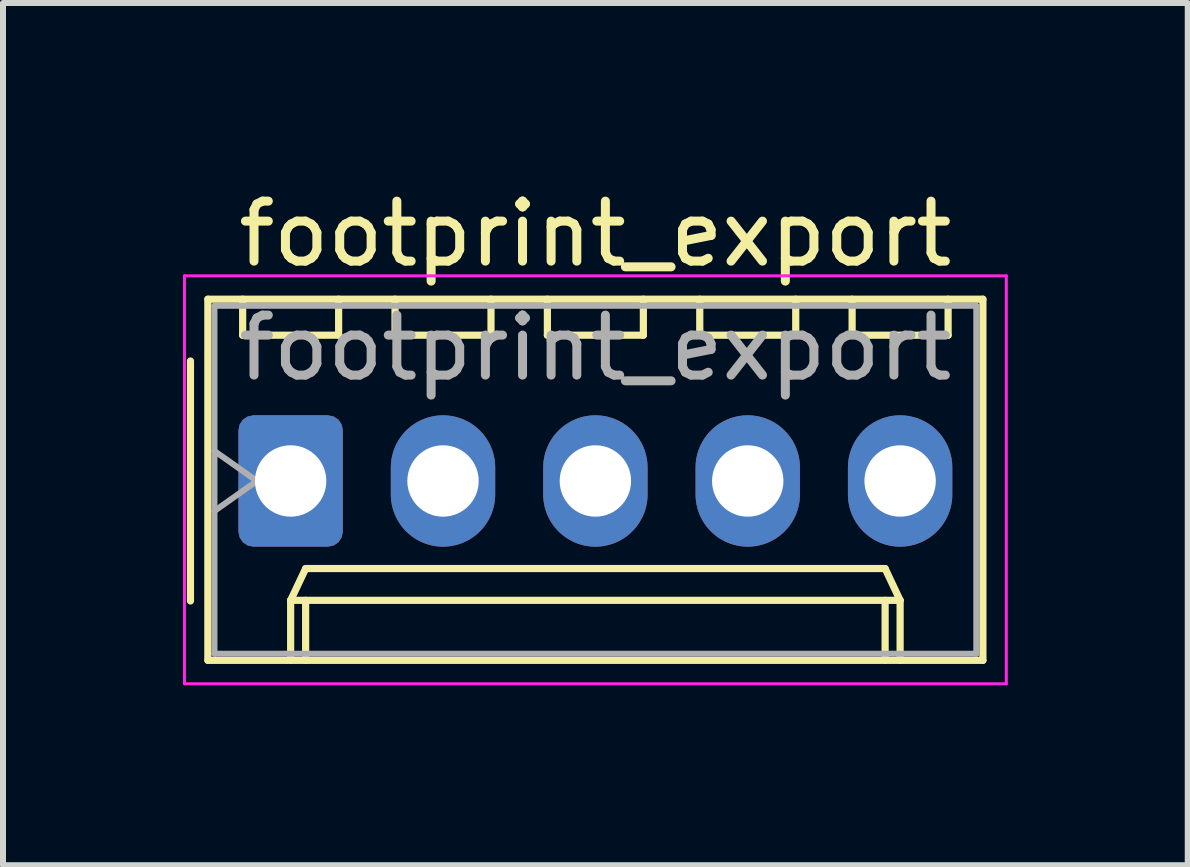
<source format=kicad_pcb>
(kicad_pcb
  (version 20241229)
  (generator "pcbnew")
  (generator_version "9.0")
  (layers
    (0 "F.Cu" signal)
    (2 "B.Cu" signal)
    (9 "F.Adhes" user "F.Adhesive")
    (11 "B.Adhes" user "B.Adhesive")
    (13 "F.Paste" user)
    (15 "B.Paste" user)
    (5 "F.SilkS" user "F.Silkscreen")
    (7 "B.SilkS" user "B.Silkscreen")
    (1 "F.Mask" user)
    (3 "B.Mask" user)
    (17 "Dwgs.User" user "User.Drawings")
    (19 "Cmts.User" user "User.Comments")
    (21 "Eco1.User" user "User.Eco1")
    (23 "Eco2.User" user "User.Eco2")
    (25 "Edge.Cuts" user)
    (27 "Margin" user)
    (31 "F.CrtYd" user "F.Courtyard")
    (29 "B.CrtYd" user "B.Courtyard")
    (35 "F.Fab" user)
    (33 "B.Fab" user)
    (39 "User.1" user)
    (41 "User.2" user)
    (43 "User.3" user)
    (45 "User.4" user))
  (footprint "footprint_export"
    (layer "F.Cu")
    (at 1.795 4.968)
    (property "Reference" "footprint_export" (at 5.08 -4.12 0) (layer "F.SilkS") (effects (font (size 1 1) (thickness 0.15))))
    (attr through_hole)
    (fp_line (start -1.67 -2) (end -1.67 2) (stroke (width 0.12) (type solid)) (layer "F.SilkS"))
    (fp_line (start -1.38 -3.03) (end -1.38 2.99) (stroke (width 0.12) (type solid)) (layer "F.SilkS"))
    (fp_line (start -1.38 2.99) (end 11.54 2.99) (stroke (width 0.12) (type solid)) (layer "F.SilkS"))
    (fp_line (start -0.8 -3.03) (end -0.8 -2.43) (stroke (width 0.12) (type solid)) (layer "F.SilkS"))
    (fp_line (start -0.8 -2.43) (end 0.8 -2.43) (stroke (width 0.12) (type solid)) (layer "F.SilkS"))
    (fp_line (start 0 1.99) (end 0.25 1.46) (stroke (width 0.12) (type solid)) (layer "F.SilkS"))
    (fp_line (start 0 1.99) (end 10.16 1.99) (stroke (width 0.12) (type solid)) (layer "F.SilkS"))
    (fp_line (start 0 2.99) (end 0 1.99) (stroke (width 0.12) (type solid)) (layer "F.SilkS"))
    (fp_line (start 0.25 1.46) (end 9.91 1.46) (stroke (width 0.12) (type solid)) (layer "F.SilkS"))
    (fp_line (start 0.25 2.99) (end 0.25 1.99) (stroke (width 0.12) (type solid)) (layer "F.SilkS"))
    (fp_line (start 0.8 -2.43) (end 0.8 -3.03) (stroke (width 0.12) (type solid)) (layer "F.SilkS"))
    (fp_line (start 1.74 -3.03) (end 1.74 -2.43) (stroke (width 0.12) (type solid)) (layer "F.SilkS"))
    (fp_line (start 1.74 -2.43) (end 3.34 -2.43) (stroke (width 0.12) (type solid)) (layer "F.SilkS"))
    (fp_line (start 3.34 -2.43) (end 3.34 -3.03) (stroke (width 0.12) (type solid)) (layer "F.SilkS"))
    (fp_line (start 4.28 -3.03) (end 4.28 -2.43) (stroke (width 0.12) (type solid)) (layer "F.SilkS"))
    (fp_line (start 4.28 -2.43) (end 5.88 -2.43) (stroke (width 0.12) (type solid)) (layer "F.SilkS"))
    (fp_line (start 5.88 -2.43) (end 5.88 -3.03) (stroke (width 0.12) (type solid)) (layer "F.SilkS"))
    (fp_line (start 6.82 -3.03) (end 6.82 -2.43) (stroke (width 0.12) (type solid)) (layer "F.SilkS"))
    (fp_line (start 6.82 -2.43) (end 8.42 -2.43) (stroke (width 0.12) (type solid)) (layer "F.SilkS"))
    (fp_line (start 8.42 -2.43) (end 8.42 -3.03) (stroke (width 0.12) (type solid)) (layer "F.SilkS"))
    (fp_line (start 9.36 -3.03) (end 9.36 -2.43) (stroke (width 0.12) (type solid)) (layer "F.SilkS"))
    (fp_line (start 9.36 -2.43) (end 10.96 -2.43) (stroke (width 0.12) (type solid)) (layer "F.SilkS"))
    (fp_line (start 9.91 1.46) (end 10.16 1.99) (stroke (width 0.12) (type solid)) (layer "F.SilkS"))
    (fp_line (start 9.91 2.99) (end 9.91 1.99) (stroke (width 0.12) (type solid)) (layer "F.SilkS"))
    (fp_line (start 10.16 1.99) (end 10.16 2.99) (stroke (width 0.12) (type solid)) (layer "F.SilkS"))
    (fp_line (start 10.96 -2.43) (end 10.96 -3.03) (stroke (width 0.12) (type solid)) (layer "F.SilkS"))
    (fp_line (start 11.54 -3.03) (end -1.38 -3.03) (stroke (width 0.12) (type solid)) (layer "F.SilkS"))
    (fp_line (start 11.54 2.99) (end 11.54 -3.03) (stroke (width 0.12) (type solid)) (layer "F.SilkS"))
    (fp_line (start -1.77 -3.42) (end -1.77 3.38) (stroke (width 0.05) (type solid)) (layer "F.CrtYd"))
    (fp_line (start -1.77 3.38) (end 11.93 3.38) (stroke (width 0.05) (type solid)) (layer "F.CrtYd"))
    (fp_line (start 11.93 -3.42) (end -1.77 -3.42) (stroke (width 0.05) (type solid)) (layer "F.CrtYd"))
    (fp_line (start 11.93 3.38) (end 11.93 -3.42) (stroke (width 0.05) (type solid)) (layer "F.CrtYd"))
    (fp_line (start -1.27 -2.92) (end -1.27 2.88) (stroke (width 0.1) (type solid)) (layer "F.Fab"))
    (fp_line (start -1.27 -0.5) (end -0.563 0) (stroke (width 0.1) (type solid)) (layer "F.Fab"))
    (fp_line (start -1.27 2.88) (end 11.43 2.88) (stroke (width 0.1) (type solid)) (layer "F.Fab"))
    (fp_line (start -0.563 0) (end -1.27 0.5) (stroke (width 0.1) (type solid)) (layer "F.Fab"))
    (fp_line (start 11.43 -2.92) (end -1.27 -2.92) (stroke (width 0.1) (type solid)) (layer "F.Fab"))
    (fp_line (start 11.43 2.88) (end 11.43 -2.92) (stroke (width 0.1) (type solid)) (layer "F.Fab"))
    (fp_text user "${REFERENCE}" (at 5.08 -2.22 0) (layer "F.Fab") (effects (font (size 1 1) (thickness 0.15))))
    (pad "1" thru_hole roundrect (at 0 0) (size 1.74 2.19) (drill 1.19) (layers "*.Cu" "*.Mask") (roundrect_rratio 0.144))
    (pad "2" thru_hole oval (at 2.54 0) (size 1.74 2.19) (drill 1.19) (layers "*.Cu" "*.Mask"))
    (pad "3" thru_hole oval (at 5.08 0) (size 1.74 2.19) (drill 1.19) (layers "*.Cu" "*.Mask"))
    (pad "4" thru_hole oval (at 7.62 0) (size 1.74 2.19) (drill 1.19) (layers "*.Cu" "*.Mask"))
    (pad "5" thru_hole oval (at 10.16 0) (size 1.74 2.19) (drill 1.19) (layers "*.Cu" "*.Mask")))
  (gr_rect
    (start -3 -3)
    (end 16.75 11.373)
    (stroke (width 0.1) (type default))
    (fill no)
    (layer "Edge.Cuts")))
</source>
